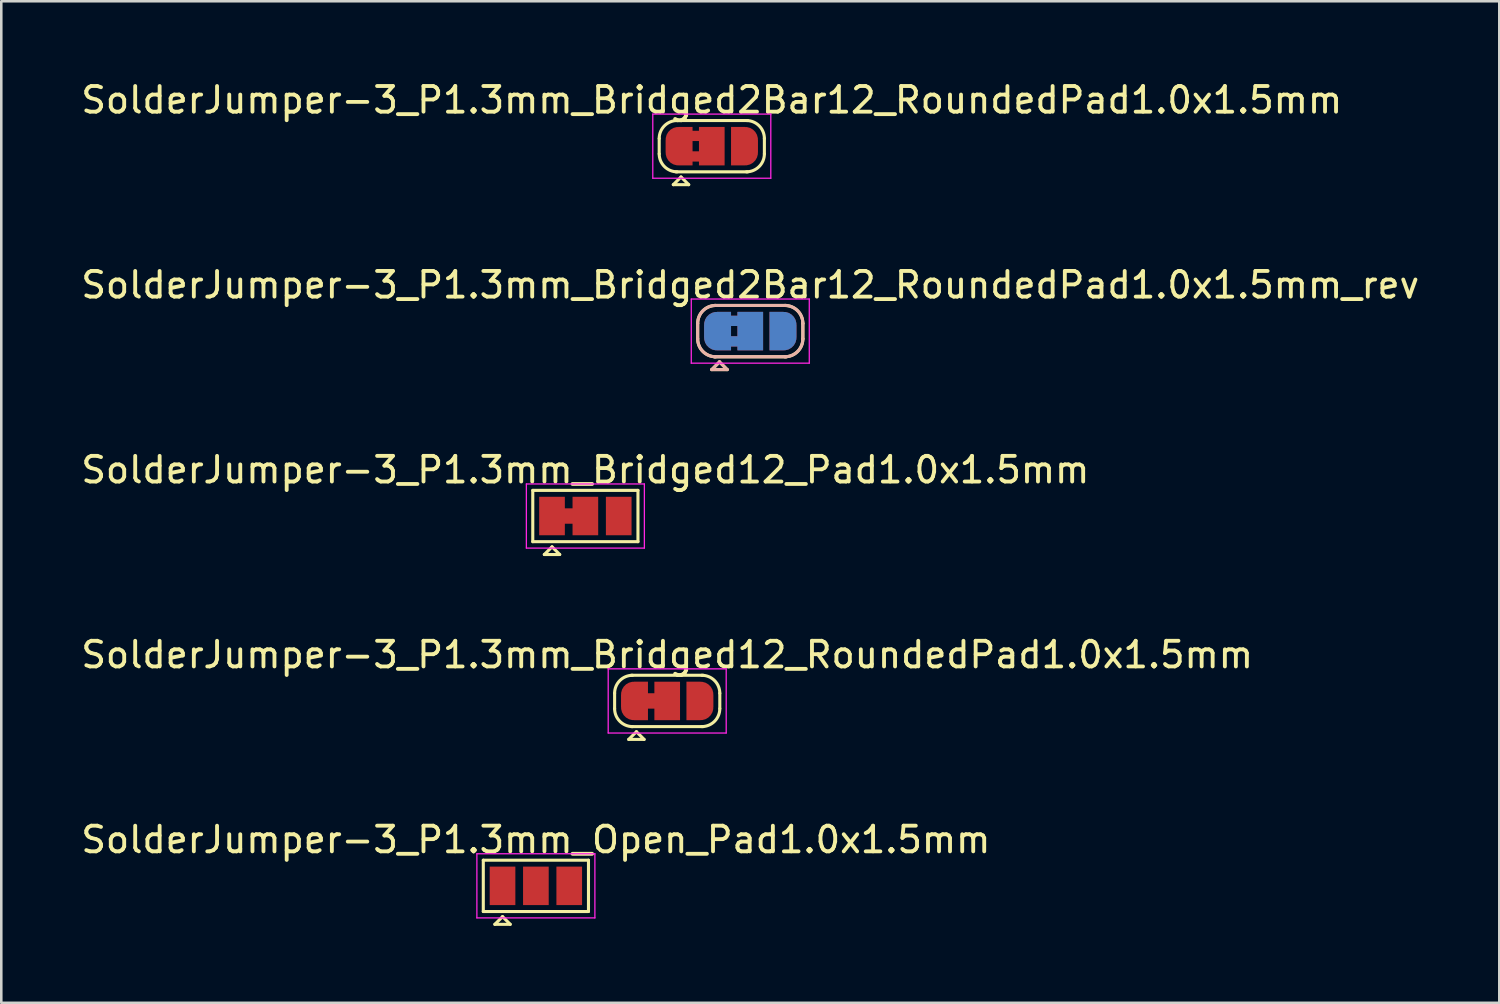
<source format=kicad_pcb>
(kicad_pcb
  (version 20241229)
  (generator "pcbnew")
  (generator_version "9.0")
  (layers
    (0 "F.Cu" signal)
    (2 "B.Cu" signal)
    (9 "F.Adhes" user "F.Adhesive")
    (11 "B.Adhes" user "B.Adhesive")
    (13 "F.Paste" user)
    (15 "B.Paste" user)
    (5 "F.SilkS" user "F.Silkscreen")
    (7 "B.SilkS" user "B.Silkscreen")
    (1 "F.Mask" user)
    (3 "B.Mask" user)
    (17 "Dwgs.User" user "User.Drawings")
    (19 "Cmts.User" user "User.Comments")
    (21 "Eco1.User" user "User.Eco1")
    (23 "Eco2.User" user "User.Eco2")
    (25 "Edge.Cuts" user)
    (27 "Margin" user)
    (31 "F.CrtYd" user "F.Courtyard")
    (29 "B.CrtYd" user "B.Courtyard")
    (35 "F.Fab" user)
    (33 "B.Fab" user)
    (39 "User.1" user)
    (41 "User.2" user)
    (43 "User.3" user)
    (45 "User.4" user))
  (footprint "SolderJumper-3_P1.3mm_Open_Pad1.0x1.5mm"
    (layer "F.Cu")
    (at 17.839 31.481)
    (property "Reference" "SolderJumper-3_P1.3mm_Open_Pad1.0x1.5mm" (at 0 -1.8 0) (layer "F.SilkS") (effects (font (size 1 1) (thickness 0.15))))
    (attr exclude_from_pos_files exclude_from_bom)
    (fp_line (start -2.05 -1) (end 2.05 -1) (stroke (width 0.12) (type solid)) (layer "F.SilkS"))
    (fp_line (start -2.05 1) (end -2.05 -1) (stroke (width 0.12) (type solid)) (layer "F.SilkS"))
    (fp_line (start -1.6 1.5) (end -1 1.5) (stroke (width 0.12) (type solid)) (layer "F.SilkS"))
    (fp_line (start -1.3 1.2) (end -1.6 1.5) (stroke (width 0.12) (type solid)) (layer "F.SilkS"))
    (fp_line (start -1.3 1.2) (end -1 1.5) (stroke (width 0.12) (type solid)) (layer "F.SilkS"))
    (fp_line (start 2.05 -1) (end 2.05 1) (stroke (width 0.12) (type solid)) (layer "F.SilkS"))
    (fp_line (start 2.05 1) (end -2.05 1) (stroke (width 0.12) (type solid)) (layer "F.SilkS"))
    (fp_line (start -2.3 -1.25) (end -2.3 1.25) (stroke (width 0.05) (type solid)) (layer "F.CrtYd"))
    (fp_line (start -2.3 -1.25) (end 2.3 -1.25) (stroke (width 0.05) (type solid)) (layer "F.CrtYd"))
    (fp_line (start 2.3 1.25) (end -2.3 1.25) (stroke (width 0.05) (type solid)) (layer "F.CrtYd"))
    (fp_line (start 2.3 1.25) (end 2.3 -1.25) (stroke (width 0.05) (type solid)) (layer "F.CrtYd"))
    (pad "1" smd rect (at -1.3 0) (size 1 1.5) (layers "F.Cu" "F.Mask"))
    (pad "2" smd rect (at 0 0) (size 1 1.5) (layers "F.Cu" "F.Mask"))
    (pad "3" smd rect (at 1.3 0) (size 1 1.5) (layers "F.Cu" "F.Mask")))
  (footprint "SolderJumper-3_P1.3mm_Bridged12_Pad1.0x1.5mm"
    (layer "F.Cu")
    (at 19.768 17.065)
    (property "Reference" "SolderJumper-3_P1.3mm_Bridged12_Pad1.0x1.5mm" (at 0 -1.8 0) (layer "F.SilkS") (effects (font (size 1 1) (thickness 0.15))))
    (attr exclude_from_pos_files exclude_from_bom)
    (fp_poly (pts (xy -0.9 -0.3) (xy -0.4 -0.3) (xy -0.4 0.3) (xy -0.9 0.3)) (stroke (width 0) (type solid)) (fill yes) (layer "F.Cu"))
    (fp_line (start -2.05 -1) (end 2.05 -1) (stroke (width 0.12) (type solid)) (layer "F.SilkS"))
    (fp_line (start -2.05 1) (end -2.05 -1) (stroke (width 0.12) (type solid)) (layer "F.SilkS"))
    (fp_line (start -1.6 1.5) (end -1 1.5) (stroke (width 0.12) (type solid)) (layer "F.SilkS"))
    (fp_line (start -1.3 1.2) (end -1.6 1.5) (stroke (width 0.12) (type solid)) (layer "F.SilkS"))
    (fp_line (start -1.3 1.2) (end -1 1.5) (stroke (width 0.12) (type solid)) (layer "F.SilkS"))
    (fp_line (start 2.05 -1) (end 2.05 1) (stroke (width 0.12) (type solid)) (layer "F.SilkS"))
    (fp_line (start 2.05 1) (end -2.05 1) (stroke (width 0.12) (type solid)) (layer "F.SilkS"))
    (fp_line (start -2.3 -1.25) (end -2.3 1.25) (stroke (width 0.05) (type solid)) (layer "F.CrtYd"))
    (fp_line (start -2.3 -1.25) (end 2.3 -1.25) (stroke (width 0.05) (type solid)) (layer "F.CrtYd"))
    (fp_line (start 2.3 1.25) (end -2.3 1.25) (stroke (width 0.05) (type solid)) (layer "F.CrtYd"))
    (fp_line (start 2.3 1.25) (end 2.3 -1.25) (stroke (width 0.05) (type solid)) (layer "F.CrtYd"))
    (pad "1" smd rect (at -1.3 0) (size 1 1.5) (layers "F.Cu" "F.Mask"))
    (pad "2" smd rect (at 0 0) (size 1 1.5) (layers "F.Cu" "F.Mask"))
    (pad "3" smd rect (at 1.3 0) (size 1 1.5) (layers "F.Cu" "F.Mask")))
  (footprint "SolderJumper-3_P1.3mm_Bridged2Bar12_RoundedPad1.0x1.5mm_rev"
    (layer "F.Cu")
    (at 26.196 9.857)
    (property "Reference" "SolderJumper-3_P1.3mm_Bridged2Bar12_RoundedPad1.0x1.5mm_rev" (at 0 -1.8 0) (layer "F.SilkS") (effects (font (size 1 1) (thickness 0.15))))
    (attr exclude_from_pos_files exclude_from_bom)
    (fp_poly (pts (xy -0.9 -0.6) (xy -0.4 -0.6) (xy -0.4 -0.2) (xy -0.9 -0.2)) (stroke (width 0) (type solid)) (fill yes) (layer "F.Cu"))
    (fp_poly (pts (xy -0.9 0.2) (xy -0.4 0.2) (xy -0.4 0.6) (xy -0.9 0.6)) (stroke (width 0) (type solid)) (fill yes) (layer "F.Cu"))
    (fp_poly (pts (xy -0.9 -0.2) (xy -0.4 -0.2) (xy -0.4 -0.6) (xy -0.9 -0.6)) (stroke (width 0) (type solid)) (fill yes) (layer "B.Cu"))
    (fp_poly (pts (xy -0.9 0.6) (xy -0.4 0.6) (xy -0.4 0.2) (xy -0.9 0.2)) (stroke (width 0) (type solid)) (fill yes) (layer "B.Cu"))
    (fp_line (start -2.05 0.3) (end -2.05 -0.3) (stroke (width 0.12) (type solid)) (layer "F.SilkS"))
    (fp_line (start -1.5 1.5) (end -0.9 1.5) (stroke (width 0.12) (type solid)) (layer "F.SilkS"))
    (fp_line (start -1.4 -1) (end 1.4 -1) (stroke (width 0.12) (type solid)) (layer "F.SilkS"))
    (fp_line (start -1.2 1.2) (end -1.5 1.5) (stroke (width 0.12) (type solid)) (layer "F.SilkS"))
    (fp_line (start -1.2 1.2) (end -0.9 1.5) (stroke (width 0.12) (type solid)) (layer "F.SilkS"))
    (fp_line (start 1.4 1) (end -1.4 1) (stroke (width 0.12) (type solid)) (layer "F.SilkS"))
    (fp_line (start 2.05 -0.3) (end 2.05 0.3) (stroke (width 0.12) (type solid)) (layer "F.SilkS"))
    (fp_arc (start -2.05 -0.3) (mid -1.844975 -0.794975) (end -1.35 -1) (stroke (width 0.12) (type solid)) (layer "F.SilkS"))
    (fp_arc (start -1.35 1) (mid -1.844975 0.794975) (end -2.05 0.3) (stroke (width 0.12) (type solid)) (layer "F.SilkS"))
    (fp_arc (start 1.35 -1) (mid 1.844975 -0.794975) (end 2.05 -0.3) (stroke (width 0.12) (type solid)) (layer "F.SilkS"))
    (fp_arc (start 2.05 0.3) (mid 1.844975 0.794975) (end 1.35 1) (stroke (width 0.12) (type solid)) (layer "F.SilkS"))
    (fp_line (start -2.05 -0.3) (end -2.05 0.3) (stroke (width 0.12) (type solid)) (layer "B.SilkS"))
    (fp_line (start -1.4 1) (end 1.4 1) (stroke (width 0.12) (type solid)) (layer "B.SilkS"))
    (fp_line (start -1.2 1.2) (end -1.5 1.5) (stroke (width 0.12) (type solid)) (layer "B.SilkS"))
    (fp_line (start -1.2 1.2) (end -0.9 1.5) (stroke (width 0.12) (type solid)) (layer "B.SilkS"))
    (fp_line (start -0.9 1.5) (end -1.5 1.5) (stroke (width 0.12) (type solid)) (layer "B.SilkS"))
    (fp_line (start 1.4 -1) (end -1.4 -1) (stroke (width 0.12) (type solid)) (layer "B.SilkS"))
    (fp_line (start 2.05 0.3) (end 2.05 -0.3) (stroke (width 0.12) (type solid)) (layer "B.SilkS"))
    (fp_arc (start -2.05 -0.3) (mid -1.844975 -0.794975) (end -1.35 -1) (stroke (width 0.12) (type solid)) (layer "B.SilkS"))
    (fp_arc (start -1.35 1) (mid -1.844975 0.794975) (end -2.05 0.3) (stroke (width 0.12) (type solid)) (layer "B.SilkS"))
    (fp_arc (start 1.35 -1) (mid 1.844975 -0.794975) (end 2.05 -0.3) (stroke (width 0.12) (type solid)) (layer "B.SilkS"))
    (fp_arc (start 2.05 0.3) (mid 1.844975 0.794975) (end 1.35 1) (stroke (width 0.12) (type solid)) (layer "B.SilkS"))
    (fp_line (start -2.3 -1.25) (end -2.3 1.25) (stroke (width 0.05) (type solid)) (layer "F.CrtYd"))
    (fp_line (start -2.3 -1.25) (end 2.3 -1.25) (stroke (width 0.05) (type solid)) (layer "F.CrtYd"))
    (fp_line (start 2.3 1.25) (end -2.3 1.25) (stroke (width 0.05) (type solid)) (layer "F.CrtYd"))
    (fp_line (start 2.3 1.25) (end 2.3 -1.25) (stroke (width 0.05) (type solid)) (layer "F.CrtYd"))
    (pad "1" smd custom (at -1.3 0) (size 1 0.5) (layers "F.Cu" "F.Mask") (options (anchor rect)) (primitives (gr_circle (center 0 0.25) (end 0.5 0.25) (width 0) (fill yes)) (gr_circle (center 0 -0.25) (end 0.5 -0.25) (width 0) (fill yes)) (gr_poly (pts (xy 0.55 0.75) (xy 0 0.75) (xy 0 -0.75) (xy 0.55 -0.75)) (width 0) (fill yes))))
    (pad "1" smd custom (at -1.3 0 180) (size 1 0.5) (layers "B.Cu" "B.Mask") (options (anchor rect)) (primitives (gr_circle (center 0 0.25) (end -0.5 0.25) (width 0) (fill yes)) (gr_circle (center 0 -0.25) (end -0.5 -0.25) (width 0) (fill yes)) (gr_poly (pts (xy -0.55 0.75) (xy 0 0.75) (xy 0 -0.75) (xy -0.55 -0.75)) (width 0) (fill yes))))
    (pad "2" smd rect (at 0 0) (size 1 1.5) (layers "F.Cu" "F.Mask"))
    (pad "2" smd rect (at 0 0 180) (size 1 1.5) (layers "B.Cu" "B.Mask"))
    (pad "3" smd custom (at 1.3 0) (size 1 0.5) (layers "F.Cu" "F.Mask") (options (anchor rect)) (primitives (gr_circle (center 0 0.25) (end 0.5 0.25) (width 0) (fill yes)) (gr_circle (center 0 -0.25) (end 0.5 -0.25) (width 0) (fill yes)) (gr_poly (pts (xy 0 0.75) (xy -0.55 0.75) (xy -0.55 -0.75) (xy 0 -0.75)) (width 0) (fill yes))))
    (pad "3" smd custom (at 1.3 0 180) (size 1 0.5) (layers "B.Cu" "B.Mask") (options (anchor rect)) (primitives (gr_circle (center 0 0.25) (end -0.5 0.25) (width 0) (fill yes)) (gr_circle (center 0 -0.25) (end -0.5 -0.25) (width 0) (fill yes)) (gr_poly (pts (xy 0 0.75) (xy 0.55 0.75) (xy 0.55 -0.75) (xy 0 -0.75)) (width 0) (fill yes)))))
  (footprint "SolderJumper-3_P1.3mm_Bridged12_RoundedPad1.0x1.5mm"
    (layer "F.Cu")
    (at 22.958 24.273)
    (property "Reference" "SolderJumper-3_P1.3mm_Bridged12_RoundedPad1.0x1.5mm" (at 0 -1.8 0) (layer "F.SilkS") (effects (font (size 1 1) (thickness 0.15))))
    (attr exclude_from_pos_files exclude_from_bom)
    (fp_poly (pts (xy -0.9 -0.3) (xy -0.4 -0.3) (xy -0.4 0.3) (xy -0.9 0.3)) (stroke (width 0) (type solid)) (fill yes) (layer "F.Cu"))
    (fp_line (start -2.05 0.3) (end -2.05 -0.3) (stroke (width 0.12) (type solid)) (layer "F.SilkS"))
    (fp_line (start -1.5 1.5) (end -0.9 1.5) (stroke (width 0.12) (type solid)) (layer "F.SilkS"))
    (fp_line (start -1.4 -1) (end 1.4 -1) (stroke (width 0.12) (type solid)) (layer "F.SilkS"))
    (fp_line (start -1.2 1.2) (end -1.5 1.5) (stroke (width 0.12) (type solid)) (layer "F.SilkS"))
    (fp_line (start -1.2 1.2) (end -0.9 1.5) (stroke (width 0.12) (type solid)) (layer "F.SilkS"))
    (fp_line (start 1.4 1) (end -1.4 1) (stroke (width 0.12) (type solid)) (layer "F.SilkS"))
    (fp_line (start 2.05 -0.3) (end 2.05 0.3) (stroke (width 0.12) (type solid)) (layer "F.SilkS"))
    (fp_arc (start -2.05 -0.3) (mid -1.844975 -0.794975) (end -1.35 -1) (stroke (width 0.12) (type solid)) (layer "F.SilkS"))
    (fp_arc (start -1.35 1) (mid -1.844975 0.794975) (end -2.05 0.3) (stroke (width 0.12) (type solid)) (layer "F.SilkS"))
    (fp_arc (start 1.35 -1) (mid 1.844975 -0.794975) (end 2.05 -0.3) (stroke (width 0.12) (type solid)) (layer "F.SilkS"))
    (fp_arc (start 2.05 0.3) (mid 1.844975 0.794975) (end 1.35 1) (stroke (width 0.12) (type solid)) (layer "F.SilkS"))
    (fp_line (start -2.3 -1.25) (end -2.3 1.25) (stroke (width 0.05) (type solid)) (layer "F.CrtYd"))
    (fp_line (start -2.3 -1.25) (end 2.3 -1.25) (stroke (width 0.05) (type solid)) (layer "F.CrtYd"))
    (fp_line (start 2.3 1.25) (end -2.3 1.25) (stroke (width 0.05) (type solid)) (layer "F.CrtYd"))
    (fp_line (start 2.3 1.25) (end 2.3 -1.25) (stroke (width 0.05) (type solid)) (layer "F.CrtYd"))
    (pad "1" smd custom (at -1.3 0) (size 1 0.5) (layers "F.Cu" "F.Mask") (options (anchor rect)) (primitives (gr_circle (center 0 0.25) (end 0.5 0.25) (width 0) (fill yes)) (gr_circle (center 0 -0.25) (end 0.5 -0.25) (width 0) (fill yes)) (gr_poly (pts (xy 0.55 0.75) (xy 0 0.75) (xy 0 -0.75) (xy 0.55 -0.75)) (width 0) (fill yes))))
    (pad "2" smd rect (at 0 0) (size 1 1.5) (layers "F.Cu" "F.Mask"))
    (pad "3" smd custom (at 1.3 0) (size 1 0.5) (layers "F.Cu" "F.Mask") (options (anchor rect)) (primitives (gr_circle (center 0 0.25) (end 0.5 0.25) (width 0) (fill yes)) (gr_circle (center 0 -0.25) (end 0.5 -0.25) (width 0) (fill yes)) (gr_poly (pts (xy 0 0.75) (xy -0.55 0.75) (xy -0.55 -0.75) (xy 0 -0.75)) (width 0) (fill yes)))))
  (footprint "SolderJumper-3_P1.3mm_Bridged2Bar12_RoundedPad1.0x1.5mm"
    (layer "F.Cu")
    (at 24.696 2.648)
    (property "Reference" "SolderJumper-3_P1.3mm_Bridged2Bar12_RoundedPad1.0x1.5mm" (at 0 -1.8 0) (layer "F.SilkS") (effects (font (size 1 1) (thickness 0.15))))
    (attr exclude_from_pos_files exclude_from_bom)
    (fp_poly (pts (xy -0.9 -0.6) (xy -0.4 -0.6) (xy -0.4 -0.2) (xy -0.9 -0.2)) (stroke (width 0) (type solid)) (fill yes) (layer "F.Cu"))
    (fp_poly (pts (xy -0.9 0.2) (xy -0.4 0.2) (xy -0.4 0.6) (xy -0.9 0.6)) (stroke (width 0) (type solid)) (fill yes) (layer "F.Cu"))
    (fp_line (start -2.05 0.3) (end -2.05 -0.3) (stroke (width 0.12) (type solid)) (layer "F.SilkS"))
    (fp_line (start -1.5 1.5) (end -0.9 1.5) (stroke (width 0.12) (type solid)) (layer "F.SilkS"))
    (fp_line (start -1.4 -1) (end 1.4 -1) (stroke (width 0.12) (type solid)) (layer "F.SilkS"))
    (fp_line (start -1.2 1.2) (end -1.5 1.5) (stroke (width 0.12) (type solid)) (layer "F.SilkS"))
    (fp_line (start -1.2 1.2) (end -0.9 1.5) (stroke (width 0.12) (type solid)) (layer "F.SilkS"))
    (fp_line (start 1.4 1) (end -1.4 1) (stroke (width 0.12) (type solid)) (layer "F.SilkS"))
    (fp_line (start 2.05 -0.3) (end 2.05 0.3) (stroke (width 0.12) (type solid)) (layer "F.SilkS"))
    (fp_arc (start -2.05 -0.3) (mid -1.844975 -0.794975) (end -1.35 -1) (stroke (width 0.12) (type solid)) (layer "F.SilkS"))
    (fp_arc (start -1.35 1) (mid -1.844975 0.794975) (end -2.05 0.3) (stroke (width 0.12) (type solid)) (layer "F.SilkS"))
    (fp_arc (start 1.35 -1) (mid 1.844975 -0.794975) (end 2.05 -0.3) (stroke (width 0.12) (type solid)) (layer "F.SilkS"))
    (fp_arc (start 2.05 0.3) (mid 1.844975 0.794975) (end 1.35 1) (stroke (width 0.12) (type solid)) (layer "F.SilkS"))
    (fp_line (start -2.3 -1.25) (end -2.3 1.25) (stroke (width 0.05) (type solid)) (layer "F.CrtYd"))
    (fp_line (start -2.3 -1.25) (end 2.3 -1.25) (stroke (width 0.05) (type solid)) (layer "F.CrtYd"))
    (fp_line (start 2.3 1.25) (end -2.3 1.25) (stroke (width 0.05) (type solid)) (layer "F.CrtYd"))
    (fp_line (start 2.3 1.25) (end 2.3 -1.25) (stroke (width 0.05) (type solid)) (layer "F.CrtYd"))
    (pad "1" smd custom (at -1.3 0) (size 1 0.5) (layers "F.Cu" "F.Mask") (options (anchor rect)) (primitives (gr_circle (center 0 0.25) (end 0.5 0.25) (width 0) (fill yes)) (gr_circle (center 0 -0.25) (end 0.5 -0.25) (width 0) (fill yes)) (gr_poly (pts (xy 0.55 0.75) (xy 0 0.75) (xy 0 -0.75) (xy 0.55 -0.75)) (width 0) (fill yes))))
    (pad "2" smd rect (at 0 0) (size 1 1.5) (layers "F.Cu" "F.Mask"))
    (pad "3" smd custom (at 1.3 0) (size 1 0.5) (layers "F.Cu" "F.Mask") (options (anchor rect)) (primitives (gr_circle (center 0 0.25) (end 0.5 0.25) (width 0) (fill yes)) (gr_circle (center 0 -0.25) (end 0.5 -0.25) (width 0) (fill yes)) (gr_poly (pts (xy 0 0.75) (xy -0.55 0.75) (xy -0.55 -0.75) (xy 0 -0.75)) (width 0) (fill yes)))))
  (gr_rect
    (start -3 -3)
    (end 55.393 36.041)
    (stroke (width 0.1) (type default))
    (fill no)
    (layer "Edge.Cuts")))
</source>
